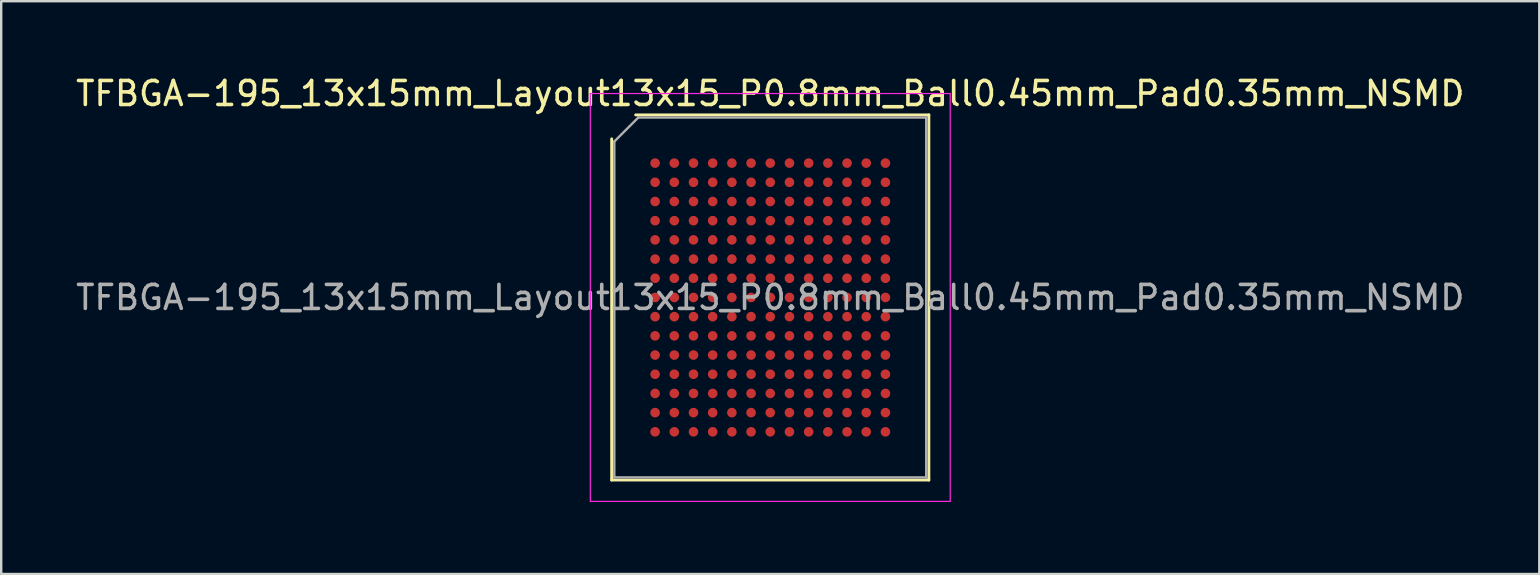
<source format=kicad_pcb>
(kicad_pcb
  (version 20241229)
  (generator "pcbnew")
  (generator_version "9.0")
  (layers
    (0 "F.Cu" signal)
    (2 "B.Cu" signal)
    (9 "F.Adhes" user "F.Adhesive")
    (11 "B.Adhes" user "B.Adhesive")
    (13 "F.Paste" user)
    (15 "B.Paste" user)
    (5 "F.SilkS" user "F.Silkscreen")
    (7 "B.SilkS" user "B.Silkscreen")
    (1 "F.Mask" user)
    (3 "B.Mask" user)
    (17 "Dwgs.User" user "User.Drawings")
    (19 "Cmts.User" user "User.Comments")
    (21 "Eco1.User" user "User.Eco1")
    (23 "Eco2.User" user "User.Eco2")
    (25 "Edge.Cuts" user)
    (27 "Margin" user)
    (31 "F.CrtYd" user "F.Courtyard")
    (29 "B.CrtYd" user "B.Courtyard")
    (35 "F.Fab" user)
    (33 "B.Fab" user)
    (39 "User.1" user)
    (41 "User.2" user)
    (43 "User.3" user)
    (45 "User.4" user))
  (footprint "TFBGA-195_13x15mm_Layout13x15_P0.8mm_Ball0.45mm_Pad0.35mm_NSMD"
    (layer "F.Cu")
    (at 29.054 9.348)
    (property "Reference" "TFBGA-195_13x15mm_Layout13x15_P0.8mm_Ball0.45mm_Pad0.35mm_NSMD" (at 0 -8.5 0) (layer "F.SilkS") (effects (font (size 1 1) (thickness 0.15))))
    (attr smd)
    (fp_line (start -6.61 7.61) (end -6.61 -6.61) (stroke (width 0.12) (type solid)) (layer "F.SilkS"))
    (fp_line (start -5.61 -7.61) (end 6.61 -7.61) (stroke (width 0.12) (type solid)) (layer "F.SilkS"))
    (fp_line (start 6.61 -7.61) (end 6.61 7.61) (stroke (width 0.12) (type solid)) (layer "F.SilkS"))
    (fp_line (start 6.61 7.61) (end -6.61 7.61) (stroke (width 0.12) (type solid)) (layer "F.SilkS"))
    (fp_line (start -7.5 -8.5) (end -7.5 8.5) (stroke (width 0.05) (type solid)) (layer "F.CrtYd"))
    (fp_line (start -7.5 8.5) (end 7.5 8.5) (stroke (width 0.05) (type solid)) (layer "F.CrtYd"))
    (fp_line (start 7.5 -8.5) (end -7.5 -8.5) (stroke (width 0.05) (type solid)) (layer "F.CrtYd"))
    (fp_line (start 7.5 8.5) (end 7.5 -8.5) (stroke (width 0.05) (type solid)) (layer "F.CrtYd"))
    (fp_line (start -6.5 -6.5) (end -5.5 -7.5) (stroke (width 0.1) (type solid)) (layer "F.Fab"))
    (fp_line (start -6.5 7.5) (end -6.5 -6.5) (stroke (width 0.1) (type solid)) (layer "F.Fab"))
    (fp_line (start -5.5 -7.5) (end 6.5 -7.5) (stroke (width 0.1) (type solid)) (layer "F.Fab"))
    (fp_line (start 6.5 -7.5) (end 6.5 7.5) (stroke (width 0.1) (type solid)) (layer "F.Fab"))
    (fp_line (start 6.5 7.5) (end -6.5 7.5) (stroke (width 0.1) (type solid)) (layer "F.Fab"))
    (fp_text user "${REFERENCE}" (at 0 0 0) (layer "F.Fab") (effects (font (size 1 1) (thickness 0.15))))
    (pad "A1" smd circle (at -4.8 -5.6) (size 0.4 0.4) (layers "F.Cu" "F.Mask" "F.Paste"))
    (pad "A2" smd circle (at -4 -5.6) (size 0.4 0.4) (layers "F.Cu" "F.Mask" "F.Paste"))
    (pad "A3" smd circle (at -3.2 -5.6) (size 0.4 0.4) (layers "F.Cu" "F.Mask" "F.Paste"))
    (pad "A4" smd circle (at -2.4 -5.6) (size 0.4 0.4) (layers "F.Cu" "F.Mask" "F.Paste"))
    (pad "A5" smd circle (at -1.6 -5.6) (size 0.4 0.4) (layers "F.Cu" "F.Mask" "F.Paste"))
    (pad "A6" smd circle (at -0.8 -5.6) (size 0.4 0.4) (layers "F.Cu" "F.Mask" "F.Paste"))
    (pad "A7" smd circle (at 0 -5.6) (size 0.4 0.4) (layers "F.Cu" "F.Mask" "F.Paste"))
    (pad "A8" smd circle (at 0.8 -5.6) (size 0.4 0.4) (layers "F.Cu" "F.Mask" "F.Paste"))
    (pad "A9" smd circle (at 1.6 -5.6) (size 0.4 0.4) (layers "F.Cu" "F.Mask" "F.Paste"))
    (pad "A10" smd circle (at 2.4 -5.6) (size 0.4 0.4) (layers "F.Cu" "F.Mask" "F.Paste"))
    (pad "A11" smd circle (at 3.2 -5.6) (size 0.4 0.4) (layers "F.Cu" "F.Mask" "F.Paste"))
    (pad "A12" smd circle (at 4 -5.6) (size 0.4 0.4) (layers "F.Cu" "F.Mask" "F.Paste"))
    (pad "A13" smd circle (at 4.8 -5.6) (size 0.4 0.4) (layers "F.Cu" "F.Mask" "F.Paste"))
    (pad "B1" smd circle (at -4.8 -4.8) (size 0.4 0.4) (layers "F.Cu" "F.Mask" "F.Paste"))
    (pad "B2" smd circle (at -4 -4.8) (size 0.4 0.4) (layers "F.Cu" "F.Mask" "F.Paste"))
    (pad "B3" smd circle (at -3.2 -4.8) (size 0.4 0.4) (layers "F.Cu" "F.Mask" "F.Paste"))
    (pad "B4" smd circle (at -2.4 -4.8) (size 0.4 0.4) (layers "F.Cu" "F.Mask" "F.Paste"))
    (pad "B5" smd circle (at -1.6 -4.8) (size 0.4 0.4) (layers "F.Cu" "F.Mask" "F.Paste"))
    (pad "B6" smd circle (at -0.8 -4.8) (size 0.4 0.4) (layers "F.Cu" "F.Mask" "F.Paste"))
    (pad "B7" smd circle (at 0 -4.8) (size 0.4 0.4) (layers "F.Cu" "F.Mask" "F.Paste"))
    (pad "B8" smd circle (at 0.8 -4.8) (size 0.4 0.4) (layers "F.Cu" "F.Mask" "F.Paste"))
    (pad "B9" smd circle (at 1.6 -4.8) (size 0.4 0.4) (layers "F.Cu" "F.Mask" "F.Paste"))
    (pad "B10" smd circle (at 2.4 -4.8) (size 0.4 0.4) (layers "F.Cu" "F.Mask" "F.Paste"))
    (pad "B11" smd circle (at 3.2 -4.8) (size 0.4 0.4) (layers "F.Cu" "F.Mask" "F.Paste"))
    (pad "B12" smd circle (at 4 -4.8) (size 0.4 0.4) (layers "F.Cu" "F.Mask" "F.Paste"))
    (pad "B13" smd circle (at 4.8 -4.8) (size 0.4 0.4) (layers "F.Cu" "F.Mask" "F.Paste"))
    (pad "C1" smd circle (at -4.8 -4) (size 0.4 0.4) (layers "F.Cu" "F.Mask" "F.Paste"))
    (pad "C2" smd circle (at -4 -4) (size 0.4 0.4) (layers "F.Cu" "F.Mask" "F.Paste"))
    (pad "C3" smd circle (at -3.2 -4) (size 0.4 0.4) (layers "F.Cu" "F.Mask" "F.Paste"))
    (pad "C4" smd circle (at -2.4 -4) (size 0.4 0.4) (layers "F.Cu" "F.Mask" "F.Paste"))
    (pad "C5" smd circle (at -1.6 -4) (size 0.4 0.4) (layers "F.Cu" "F.Mask" "F.Paste"))
    (pad "C6" smd circle (at -0.8 -4) (size 0.4 0.4) (layers "F.Cu" "F.Mask" "F.Paste"))
    (pad "C7" smd circle (at 0 -4) (size 0.4 0.4) (layers "F.Cu" "F.Mask" "F.Paste"))
    (pad "C8" smd circle (at 0.8 -4) (size 0.4 0.4) (layers "F.Cu" "F.Mask" "F.Paste"))
    (pad "C9" smd circle (at 1.6 -4) (size 0.4 0.4) (layers "F.Cu" "F.Mask" "F.Paste"))
    (pad "C10" smd circle (at 2.4 -4) (size 0.4 0.4) (layers "F.Cu" "F.Mask" "F.Paste"))
    (pad "C11" smd circle (at 3.2 -4) (size 0.4 0.4) (layers "F.Cu" "F.Mask" "F.Paste"))
    (pad "C12" smd circle (at 4 -4) (size 0.4 0.4) (layers "F.Cu" "F.Mask" "F.Paste"))
    (pad "C13" smd circle (at 4.8 -4) (size 0.4 0.4) (layers "F.Cu" "F.Mask" "F.Paste"))
    (pad "D1" smd circle (at -4.8 -3.2) (size 0.4 0.4) (layers "F.Cu" "F.Mask" "F.Paste"))
    (pad "D2" smd circle (at -4 -3.2) (size 0.4 0.4) (layers "F.Cu" "F.Mask" "F.Paste"))
    (pad "D3" smd circle (at -3.2 -3.2) (size 0.4 0.4) (layers "F.Cu" "F.Mask" "F.Paste"))
    (pad "D4" smd circle (at -2.4 -3.2) (size 0.4 0.4) (layers "F.Cu" "F.Mask" "F.Paste"))
    (pad "D5" smd circle (at -1.6 -3.2) (size 0.4 0.4) (layers "F.Cu" "F.Mask" "F.Paste"))
    (pad "D6" smd circle (at -0.8 -3.2) (size 0.4 0.4) (layers "F.Cu" "F.Mask" "F.Paste"))
    (pad "D7" smd circle (at 0 -3.2) (size 0.4 0.4) (layers "F.Cu" "F.Mask" "F.Paste"))
    (pad "D8" smd circle (at 0.8 -3.2) (size 0.4 0.4) (layers "F.Cu" "F.Mask" "F.Paste"))
    (pad "D9" smd circle (at 1.6 -3.2) (size 0.4 0.4) (layers "F.Cu" "F.Mask" "F.Paste"))
    (pad "D10" smd circle (at 2.4 -3.2) (size 0.4 0.4) (layers "F.Cu" "F.Mask" "F.Paste"))
    (pad "D11" smd circle (at 3.2 -3.2) (size 0.4 0.4) (layers "F.Cu" "F.Mask" "F.Paste"))
    (pad "D12" smd circle (at 4 -3.2) (size 0.4 0.4) (layers "F.Cu" "F.Mask" "F.Paste"))
    (pad "D13" smd circle (at 4.8 -3.2) (size 0.4 0.4) (layers "F.Cu" "F.Mask" "F.Paste"))
    (pad "E1" smd circle (at -4.8 -2.4) (size 0.4 0.4) (layers "F.Cu" "F.Mask" "F.Paste"))
    (pad "E2" smd circle (at -4 -2.4) (size 0.4 0.4) (layers "F.Cu" "F.Mask" "F.Paste"))
    (pad "E3" smd circle (at -3.2 -2.4) (size 0.4 0.4) (layers "F.Cu" "F.Mask" "F.Paste"))
    (pad "E4" smd circle (at -2.4 -2.4) (size 0.4 0.4) (layers "F.Cu" "F.Mask" "F.Paste"))
    (pad "E5" smd circle (at -1.6 -2.4) (size 0.4 0.4) (layers "F.Cu" "F.Mask" "F.Paste"))
    (pad "E6" smd circle (at -0.8 -2.4) (size 0.4 0.4) (layers "F.Cu" "F.Mask" "F.Paste"))
    (pad "E7" smd circle (at 0 -2.4) (size 0.4 0.4) (layers "F.Cu" "F.Mask" "F.Paste"))
    (pad "E8" smd circle (at 0.8 -2.4) (size 0.4 0.4) (layers "F.Cu" "F.Mask" "F.Paste"))
    (pad "E9" smd circle (at 1.6 -2.4) (size 0.4 0.4) (layers "F.Cu" "F.Mask" "F.Paste"))
    (pad "E10" smd circle (at 2.4 -2.4) (size 0.4 0.4) (layers "F.Cu" "F.Mask" "F.Paste"))
    (pad "E11" smd circle (at 3.2 -2.4) (size 0.4 0.4) (layers "F.Cu" "F.Mask" "F.Paste"))
    (pad "E12" smd circle (at 4 -2.4) (size 0.4 0.4) (layers "F.Cu" "F.Mask" "F.Paste"))
    (pad "E13" smd circle (at 4.8 -2.4) (size 0.4 0.4) (layers "F.Cu" "F.Mask" "F.Paste"))
    (pad "F1" smd circle (at -4.8 -1.6) (size 0.4 0.4) (layers "F.Cu" "F.Mask" "F.Paste"))
    (pad "F2" smd circle (at -4 -1.6) (size 0.4 0.4) (layers "F.Cu" "F.Mask" "F.Paste"))
    (pad "F3" smd circle (at -3.2 -1.6) (size 0.4 0.4) (layers "F.Cu" "F.Mask" "F.Paste"))
    (pad "F4" smd circle (at -2.4 -1.6) (size 0.4 0.4) (layers "F.Cu" "F.Mask" "F.Paste"))
    (pad "F5" smd circle (at -1.6 -1.6) (size 0.4 0.4) (layers "F.Cu" "F.Mask" "F.Paste"))
    (pad "F6" smd circle (at -0.8 -1.6) (size 0.4 0.4) (layers "F.Cu" "F.Mask" "F.Paste"))
    (pad "F7" smd circle (at 0 -1.6) (size 0.4 0.4) (layers "F.Cu" "F.Mask" "F.Paste"))
    (pad "F8" smd circle (at 0.8 -1.6) (size 0.4 0.4) (layers "F.Cu" "F.Mask" "F.Paste"))
    (pad "F9" smd circle (at 1.6 -1.6) (size 0.4 0.4) (layers "F.Cu" "F.Mask" "F.Paste"))
    (pad "F10" smd circle (at 2.4 -1.6) (size 0.4 0.4) (layers "F.Cu" "F.Mask" "F.Paste"))
    (pad "F11" smd circle (at 3.2 -1.6) (size 0.4 0.4) (layers "F.Cu" "F.Mask" "F.Paste"))
    (pad "F12" smd circle (at 4 -1.6) (size 0.4 0.4) (layers "F.Cu" "F.Mask" "F.Paste"))
    (pad "F13" smd circle (at 4.8 -1.6) (size 0.4 0.4) (layers "F.Cu" "F.Mask" "F.Paste"))
    (pad "G1" smd circle (at -4.8 -0.8) (size 0.4 0.4) (layers "F.Cu" "F.Mask" "F.Paste"))
    (pad "G2" smd circle (at -4 -0.8) (size 0.4 0.4) (layers "F.Cu" "F.Mask" "F.Paste"))
    (pad "G3" smd circle (at -3.2 -0.8) (size 0.4 0.4) (layers "F.Cu" "F.Mask" "F.Paste"))
    (pad "G4" smd circle (at -2.4 -0.8) (size 0.4 0.4) (layers "F.Cu" "F.Mask" "F.Paste"))
    (pad "G5" smd circle (at -1.6 -0.8) (size 0.4 0.4) (layers "F.Cu" "F.Mask" "F.Paste"))
    (pad "G6" smd circle (at -0.8 -0.8) (size 0.4 0.4) (layers "F.Cu" "F.Mask" "F.Paste"))
    (pad "G7" smd circle (at 0 -0.8) (size 0.4 0.4) (layers "F.Cu" "F.Mask" "F.Paste"))
    (pad "G8" smd circle (at 0.8 -0.8) (size 0.4 0.4) (layers "F.Cu" "F.Mask" "F.Paste"))
    (pad "G9" smd circle (at 1.6 -0.8) (size 0.4 0.4) (layers "F.Cu" "F.Mask" "F.Paste"))
    (pad "G10" smd circle (at 2.4 -0.8) (size 0.4 0.4) (layers "F.Cu" "F.Mask" "F.Paste"))
    (pad "G11" smd circle (at 3.2 -0.8) (size 0.4 0.4) (layers "F.Cu" "F.Mask" "F.Paste"))
    (pad "G12" smd circle (at 4 -0.8) (size 0.4 0.4) (layers "F.Cu" "F.Mask" "F.Paste"))
    (pad "G13" smd circle (at 4.8 -0.8) (size 0.4 0.4) (layers "F.Cu" "F.Mask" "F.Paste"))
    (pad "H1" smd circle (at -4.8 0) (size 0.4 0.4) (layers "F.Cu" "F.Mask" "F.Paste"))
    (pad "H2" smd circle (at -4 0) (size 0.4 0.4) (layers "F.Cu" "F.Mask" "F.Paste"))
    (pad "H3" smd circle (at -3.2 0) (size 0.4 0.4) (layers "F.Cu" "F.Mask" "F.Paste"))
    (pad "H4" smd circle (at -2.4 0) (size 0.4 0.4) (layers "F.Cu" "F.Mask" "F.Paste"))
    (pad "H5" smd circle (at -1.6 0) (size 0.4 0.4) (layers "F.Cu" "F.Mask" "F.Paste"))
    (pad "H6" smd circle (at -0.8 0) (size 0.4 0.4) (layers "F.Cu" "F.Mask" "F.Paste"))
    (pad "H7" smd circle (at 0 0) (size 0.4 0.4) (layers "F.Cu" "F.Mask" "F.Paste"))
    (pad "H8" smd circle (at 0.8 0) (size 0.4 0.4) (layers "F.Cu" "F.Mask" "F.Paste"))
    (pad "H9" smd circle (at 1.6 0) (size 0.4 0.4) (layers "F.Cu" "F.Mask" "F.Paste"))
    (pad "H10" smd circle (at 2.4 0) (size 0.4 0.4) (layers "F.Cu" "F.Mask" "F.Paste"))
    (pad "H11" smd circle (at 3.2 0) (size 0.4 0.4) (layers "F.Cu" "F.Mask" "F.Paste"))
    (pad "H12" smd circle (at 4 0) (size 0.4 0.4) (layers "F.Cu" "F.Mask" "F.Paste"))
    (pad "H13" smd circle (at 4.8 0) (size 0.4 0.4) (layers "F.Cu" "F.Mask" "F.Paste"))
    (pad "J1" smd circle (at -4.8 0.8) (size 0.4 0.4) (layers "F.Cu" "F.Mask" "F.Paste"))
    (pad "J2" smd circle (at -4 0.8) (size 0.4 0.4) (layers "F.Cu" "F.Mask" "F.Paste"))
    (pad "J3" smd circle (at -3.2 0.8) (size 0.4 0.4) (layers "F.Cu" "F.Mask" "F.Paste"))
    (pad "J4" smd circle (at -2.4 0.8) (size 0.4 0.4) (layers "F.Cu" "F.Mask" "F.Paste"))
    (pad "J5" smd circle (at -1.6 0.8) (size 0.4 0.4) (layers "F.Cu" "F.Mask" "F.Paste"))
    (pad "J6" smd circle (at -0.8 0.8) (size 0.4 0.4) (layers "F.Cu" "F.Mask" "F.Paste"))
    (pad "J7" smd circle (at 0 0.8) (size 0.4 0.4) (layers "F.Cu" "F.Mask" "F.Paste"))
    (pad "J8" smd circle (at 0.8 0.8) (size 0.4 0.4) (layers "F.Cu" "F.Mask" "F.Paste"))
    (pad "J9" smd circle (at 1.6 0.8) (size 0.4 0.4) (layers "F.Cu" "F.Mask" "F.Paste"))
    (pad "J10" smd circle (at 2.4 0.8) (size 0.4 0.4) (layers "F.Cu" "F.Mask" "F.Paste"))
    (pad "J11" smd circle (at 3.2 0.8) (size 0.4 0.4) (layers "F.Cu" "F.Mask" "F.Paste"))
    (pad "J12" smd circle (at 4 0.8) (size 0.4 0.4) (layers "F.Cu" "F.Mask" "F.Paste"))
    (pad "J13" smd circle (at 4.8 0.8) (size 0.4 0.4) (layers "F.Cu" "F.Mask" "F.Paste"))
    (pad "K1" smd circle (at -4.8 1.6) (size 0.4 0.4) (layers "F.Cu" "F.Mask" "F.Paste"))
    (pad "K2" smd circle (at -4 1.6) (size 0.4 0.4) (layers "F.Cu" "F.Mask" "F.Paste"))
    (pad "K3" smd circle (at -3.2 1.6) (size 0.4 0.4) (layers "F.Cu" "F.Mask" "F.Paste"))
    (pad "K4" smd circle (at -2.4 1.6) (size 0.4 0.4) (layers "F.Cu" "F.Mask" "F.Paste"))
    (pad "K5" smd circle (at -1.6 1.6) (size 0.4 0.4) (layers "F.Cu" "F.Mask" "F.Paste"))
    (pad "K6" smd circle (at -0.8 1.6) (size 0.4 0.4) (layers "F.Cu" "F.Mask" "F.Paste"))
    (pad "K7" smd circle (at 0 1.6) (size 0.4 0.4) (layers "F.Cu" "F.Mask" "F.Paste"))
    (pad "K8" smd circle (at 0.8 1.6) (size 0.4 0.4) (layers "F.Cu" "F.Mask" "F.Paste"))
    (pad "K9" smd circle (at 1.6 1.6) (size 0.4 0.4) (layers "F.Cu" "F.Mask" "F.Paste"))
    (pad "K10" smd circle (at 2.4 1.6) (size 0.4 0.4) (layers "F.Cu" "F.Mask" "F.Paste"))
    (pad "K11" smd circle (at 3.2 1.6) (size 0.4 0.4) (layers "F.Cu" "F.Mask" "F.Paste"))
    (pad "K12" smd circle (at 4 1.6) (size 0.4 0.4) (layers "F.Cu" "F.Mask" "F.Paste"))
    (pad "K13" smd circle (at 4.8 1.6) (size 0.4 0.4) (layers "F.Cu" "F.Mask" "F.Paste"))
    (pad "L1" smd circle (at -4.8 2.4) (size 0.4 0.4) (layers "F.Cu" "F.Mask" "F.Paste"))
    (pad "L2" smd circle (at -4 2.4) (size 0.4 0.4) (layers "F.Cu" "F.Mask" "F.Paste"))
    (pad "L3" smd circle (at -3.2 2.4) (size 0.4 0.4) (layers "F.Cu" "F.Mask" "F.Paste"))
    (pad "L4" smd circle (at -2.4 2.4) (size 0.4 0.4) (layers "F.Cu" "F.Mask" "F.Paste"))
    (pad "L5" smd circle (at -1.6 2.4) (size 0.4 0.4) (layers "F.Cu" "F.Mask" "F.Paste"))
    (pad "L6" smd circle (at -0.8 2.4) (size 0.4 0.4) (layers "F.Cu" "F.Mask" "F.Paste"))
    (pad "L7" smd circle (at 0 2.4) (size 0.4 0.4) (layers "F.Cu" "F.Mask" "F.Paste"))
    (pad "L8" smd circle (at 0.8 2.4) (size 0.4 0.4) (layers "F.Cu" "F.Mask" "F.Paste"))
    (pad "L9" smd circle (at 1.6 2.4) (size 0.4 0.4) (layers "F.Cu" "F.Mask" "F.Paste"))
    (pad "L10" smd circle (at 2.4 2.4) (size 0.4 0.4) (layers "F.Cu" "F.Mask" "F.Paste"))
    (pad "L11" smd circle (at 3.2 2.4) (size 0.4 0.4) (layers "F.Cu" "F.Mask" "F.Paste"))
    (pad "L12" smd circle (at 4 2.4) (size 0.4 0.4) (layers "F.Cu" "F.Mask" "F.Paste"))
    (pad "L13" smd circle (at 4.8 2.4) (size 0.4 0.4) (layers "F.Cu" "F.Mask" "F.Paste"))
    (pad "M1" smd circle (at -4.8 3.2) (size 0.4 0.4) (layers "F.Cu" "F.Mask" "F.Paste"))
    (pad "M2" smd circle (at -4 3.2) (size 0.4 0.4) (layers "F.Cu" "F.Mask" "F.Paste"))
    (pad "M3" smd circle (at -3.2 3.2) (size 0.4 0.4) (layers "F.Cu" "F.Mask" "F.Paste"))
    (pad "M4" smd circle (at -2.4 3.2) (size 0.4 0.4) (layers "F.Cu" "F.Mask" "F.Paste"))
    (pad "M5" smd circle (at -1.6 3.2) (size 0.4 0.4) (layers "F.Cu" "F.Mask" "F.Paste"))
    (pad "M6" smd circle (at -0.8 3.2) (size 0.4 0.4) (layers "F.Cu" "F.Mask" "F.Paste"))
    (pad "M7" smd circle (at 0 3.2) (size 0.4 0.4) (layers "F.Cu" "F.Mask" "F.Paste"))
    (pad "M8" smd circle (at 0.8 3.2) (size 0.4 0.4) (layers "F.Cu" "F.Mask" "F.Paste"))
    (pad "M9" smd circle (at 1.6 3.2) (size 0.4 0.4) (layers "F.Cu" "F.Mask" "F.Paste"))
    (pad "M10" smd circle (at 2.4 3.2) (size 0.4 0.4) (layers "F.Cu" "F.Mask" "F.Paste"))
    (pad "M11" smd circle (at 3.2 3.2) (size 0.4 0.4) (layers "F.Cu" "F.Mask" "F.Paste"))
    (pad "M12" smd circle (at 4 3.2) (size 0.4 0.4) (layers "F.Cu" "F.Mask" "F.Paste"))
    (pad "M13" smd circle (at 4.8 3.2) (size 0.4 0.4) (layers "F.Cu" "F.Mask" "F.Paste"))
    (pad "N1" smd circle (at -4.8 4) (size 0.4 0.4) (layers "F.Cu" "F.Mask" "F.Paste"))
    (pad "N2" smd circle (at -4 4) (size 0.4 0.4) (layers "F.Cu" "F.Mask" "F.Paste"))
    (pad "N3" smd circle (at -3.2 4) (size 0.4 0.4) (layers "F.Cu" "F.Mask" "F.Paste"))
    (pad "N4" smd circle (at -2.4 4) (size 0.4 0.4) (layers "F.Cu" "F.Mask" "F.Paste"))
    (pad "N5" smd circle (at -1.6 4) (size 0.4 0.4) (layers "F.Cu" "F.Mask" "F.Paste"))
    (pad "N6" smd circle (at -0.8 4) (size 0.4 0.4) (layers "F.Cu" "F.Mask" "F.Paste"))
    (pad "N7" smd circle (at 0 4) (size 0.4 0.4) (layers "F.Cu" "F.Mask" "F.Paste"))
    (pad "N8" smd circle (at 0.8 4) (size 0.4 0.4) (layers "F.Cu" "F.Mask" "F.Paste"))
    (pad "N9" smd circle (at 1.6 4) (size 0.4 0.4) (layers "F.Cu" "F.Mask" "F.Paste"))
    (pad "N10" smd circle (at 2.4 4) (size 0.4 0.4) (layers "F.Cu" "F.Mask" "F.Paste"))
    (pad "N11" smd circle (at 3.2 4) (size 0.4 0.4) (layers "F.Cu" "F.Mask" "F.Paste"))
    (pad "N12" smd circle (at 4 4) (size 0.4 0.4) (layers "F.Cu" "F.Mask" "F.Paste"))
    (pad "N13" smd circle (at 4.8 4) (size 0.4 0.4) (layers "F.Cu" "F.Mask" "F.Paste"))
    (pad "P1" smd circle (at -4.8 4.8) (size 0.4 0.4) (layers "F.Cu" "F.Mask" "F.Paste"))
    (pad "P2" smd circle (at -4 4.8) (size 0.4 0.4) (layers "F.Cu" "F.Mask" "F.Paste"))
    (pad "P3" smd circle (at -3.2 4.8) (size 0.4 0.4) (layers "F.Cu" "F.Mask" "F.Paste"))
    (pad "P4" smd circle (at -2.4 4.8) (size 0.4 0.4) (layers "F.Cu" "F.Mask" "F.Paste"))
    (pad "P5" smd circle (at -1.6 4.8) (size 0.4 0.4) (layers "F.Cu" "F.Mask" "F.Paste"))
    (pad "P6" smd circle (at -0.8 4.8) (size 0.4 0.4) (layers "F.Cu" "F.Mask" "F.Paste"))
    (pad "P7" smd circle (at 0 4.8) (size 0.4 0.4) (layers "F.Cu" "F.Mask" "F.Paste"))
    (pad "P8" smd circle (at 0.8 4.8) (size 0.4 0.4) (layers "F.Cu" "F.Mask" "F.Paste"))
    (pad "P9" smd circle (at 1.6 4.8) (size 0.4 0.4) (layers "F.Cu" "F.Mask" "F.Paste"))
    (pad "P10" smd circle (at 2.4 4.8) (size 0.4 0.4) (layers "F.Cu" "F.Mask" "F.Paste"))
    (pad "P11" smd circle (at 3.2 4.8) (size 0.4 0.4) (layers "F.Cu" "F.Mask" "F.Paste"))
    (pad "P12" smd circle (at 4 4.8) (size 0.4 0.4) (layers "F.Cu" "F.Mask" "F.Paste"))
    (pad "P13" smd circle (at 4.8 4.8) (size 0.4 0.4) (layers "F.Cu" "F.Mask" "F.Paste"))
    (pad "R1" smd circle (at -4.8 5.6) (size 0.4 0.4) (layers "F.Cu" "F.Mask" "F.Paste"))
    (pad "R2" smd circle (at -4 5.6) (size 0.4 0.4) (layers "F.Cu" "F.Mask" "F.Paste"))
    (pad "R3" smd circle (at -3.2 5.6) (size 0.4 0.4) (layers "F.Cu" "F.Mask" "F.Paste"))
    (pad "R4" smd circle (at -2.4 5.6) (size 0.4 0.4) (layers "F.Cu" "F.Mask" "F.Paste"))
    (pad "R5" smd circle (at -1.6 5.6) (size 0.4 0.4) (layers "F.Cu" "F.Mask" "F.Paste"))
    (pad "R6" smd circle (at -0.8 5.6) (size 0.4 0.4) (layers "F.Cu" "F.Mask" "F.Paste"))
    (pad "R7" smd circle (at 0 5.6) (size 0.4 0.4) (layers "F.Cu" "F.Mask" "F.Paste"))
    (pad "R8" smd circle (at 0.8 5.6) (size 0.4 0.4) (layers "F.Cu" "F.Mask" "F.Paste"))
    (pad "R9" smd circle (at 1.6 5.6) (size 0.4 0.4) (layers "F.Cu" "F.Mask" "F.Paste"))
    (pad "R10" smd circle (at 2.4 5.6) (size 0.4 0.4) (layers "F.Cu" "F.Mask" "F.Paste"))
    (pad "R11" smd circle (at 3.2 5.6) (size 0.4 0.4) (layers "F.Cu" "F.Mask" "F.Paste"))
    (pad "R12" smd circle (at 4 5.6) (size 0.4 0.4) (layers "F.Cu" "F.Mask" "F.Paste"))
    (pad "R13" smd circle (at 4.8 5.6) (size 0.4 0.4) (layers "F.Cu" "F.Mask" "F.Paste")))
  (gr_rect
    (start -3 -3)
    (end 61.107 20.873)
    (stroke (width 0.1) (type default))
    (fill no)
    (layer "Edge.Cuts")))
</source>
